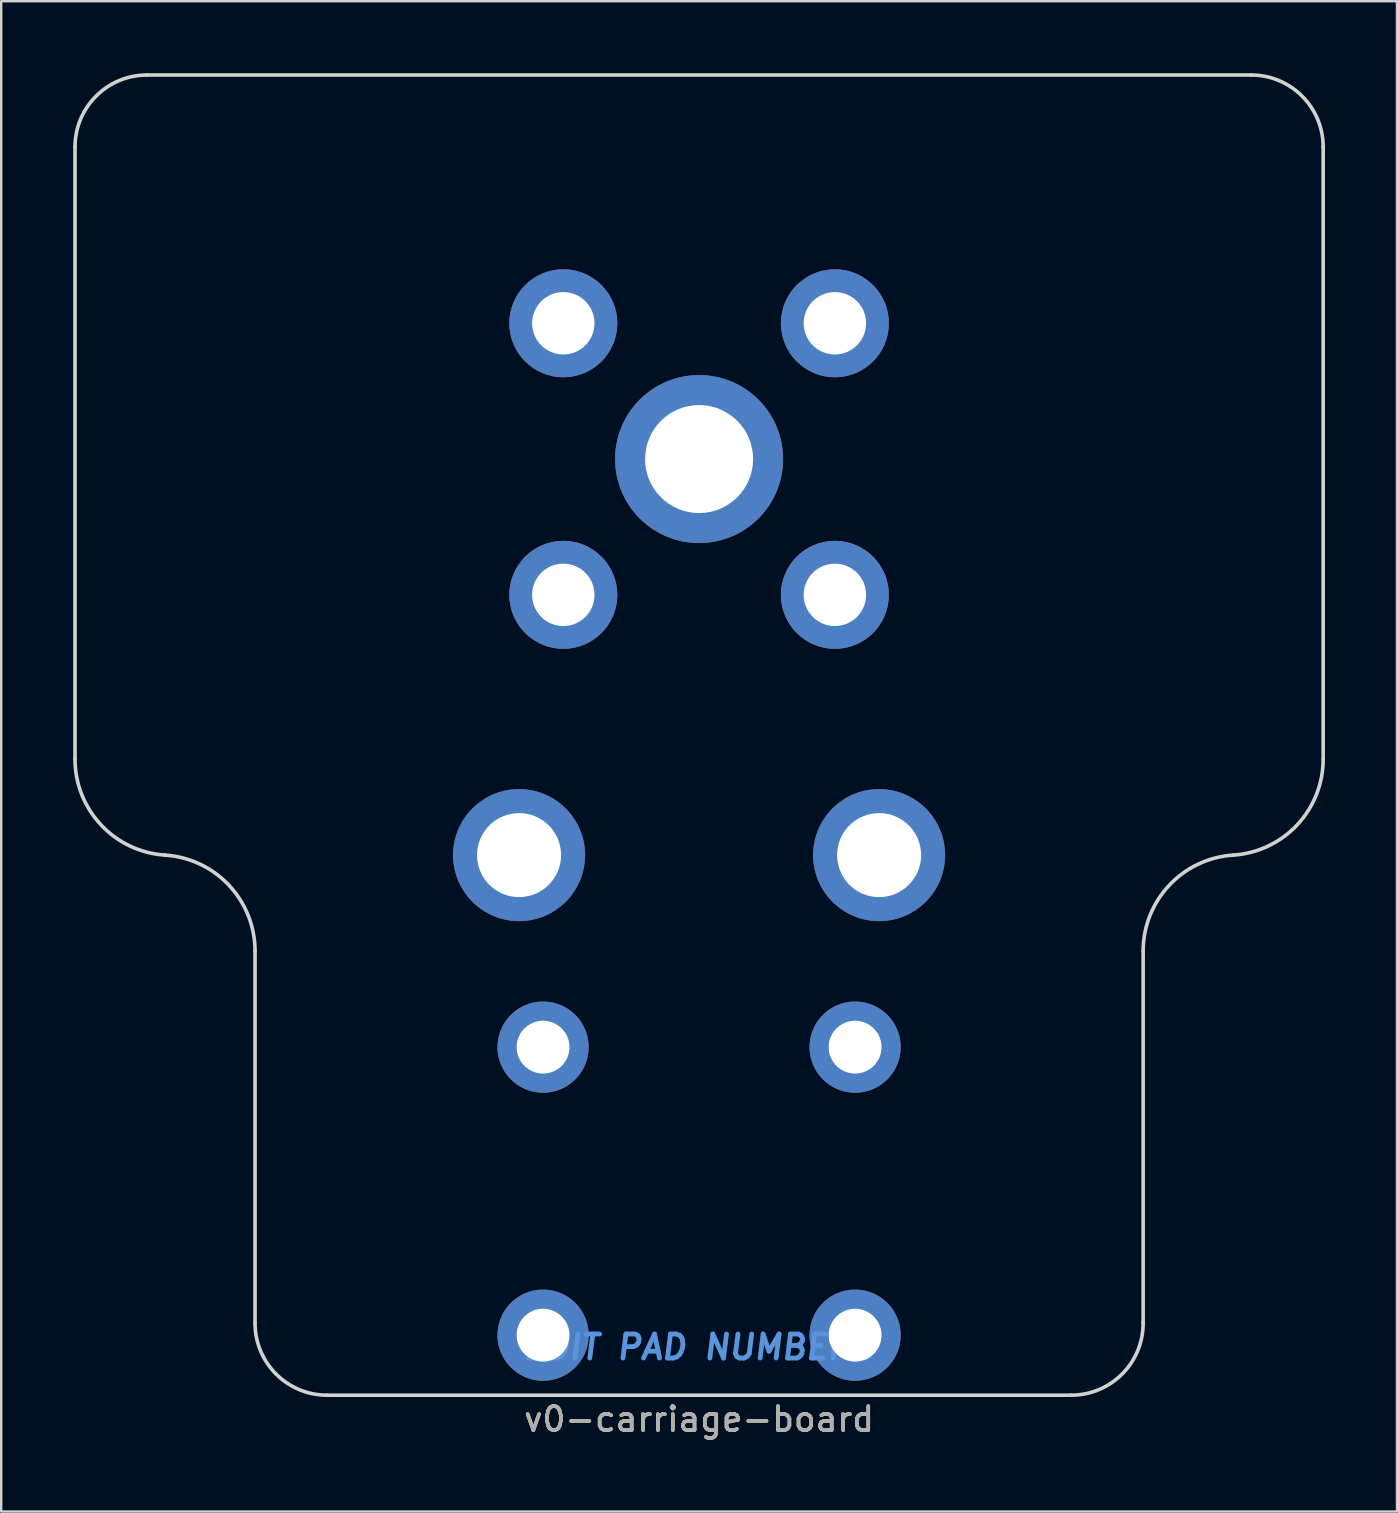
<source format=kicad_pcb>
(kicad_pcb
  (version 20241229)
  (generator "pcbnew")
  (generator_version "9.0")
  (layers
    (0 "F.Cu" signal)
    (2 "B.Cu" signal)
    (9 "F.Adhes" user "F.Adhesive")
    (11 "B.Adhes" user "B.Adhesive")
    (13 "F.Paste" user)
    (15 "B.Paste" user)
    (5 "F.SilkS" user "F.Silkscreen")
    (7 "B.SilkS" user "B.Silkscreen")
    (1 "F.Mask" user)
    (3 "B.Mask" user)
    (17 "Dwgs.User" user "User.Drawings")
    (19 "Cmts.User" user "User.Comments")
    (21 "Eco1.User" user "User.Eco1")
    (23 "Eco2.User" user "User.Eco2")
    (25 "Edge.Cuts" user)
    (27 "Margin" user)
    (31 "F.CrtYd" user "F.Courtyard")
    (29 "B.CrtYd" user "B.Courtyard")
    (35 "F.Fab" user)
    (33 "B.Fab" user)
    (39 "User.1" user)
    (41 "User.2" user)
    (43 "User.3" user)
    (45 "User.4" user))
  (footprint "v0-carriage-board"
    (layer "F.Cu")
    (at 26.075 55.075)
    (property "Reference" "v0-carriage-board" (at 0 1 0) (layer "F.SilkS") (effects (font (size 1 1) (thickness 0.15))))
    (attr through_hole)
    (fp_line (start -26 -26.5) (end -26 -52) (stroke (width 0.15) (type solid)) (layer "Edge.Cuts"))
    (fp_line (start -23 -55) (end 23 -55) (stroke (width 0.15) (type solid)) (layer "Edge.Cuts"))
    (fp_line (start -18.5 -3) (end -18.5 -18.5) (stroke (width 0.15) (type solid)) (layer "Edge.Cuts"))
    (fp_line (start 15.5 0) (end -15.5 0) (stroke (width 0.15) (type solid)) (layer "Edge.Cuts"))
    (fp_line (start 18.5 -18.5) (end 18.5 -3) (stroke (width 0.15) (type solid)) (layer "Edge.Cuts"))
    (fp_line (start 26 -52) (end 26 -26.5) (stroke (width 0.15) (type solid)) (layer "Edge.Cuts"))
    (fp_arc (start -26 -52) (mid -25.12132 -54.12132) (end -23 -55) (stroke (width 0.15) (type solid)) (layer "Edge.Cuts"))
    (fp_arc (start -22.25 -22.5) (mid -24.915895 -23.758536) (end -26 -26.5) (stroke (width 0.15) (type solid)) (layer "Edge.Cuts"))
    (fp_arc (start -22.25 -22.5) (mid -19.584105 -21.241464) (end -18.5 -18.5) (stroke (width 0.15) (type solid)) (layer "Edge.Cuts"))
    (fp_arc (start -15.5 0) (mid -17.62132 -0.87868) (end -18.5 -3) (stroke (width 0.15) (type solid)) (layer "Edge.Cuts"))
    (fp_arc (start 18.5 -18.5) (mid 19.584105 -21.241464) (end 22.25 -22.5) (stroke (width 0.15) (type solid)) (layer "Edge.Cuts"))
    (fp_arc (start 18.5 -3) (mid 17.62132 -0.87868) (end 15.5 0) (stroke (width 0.15) (type solid)) (layer "Edge.Cuts"))
    (fp_arc (start 23 -55) (mid 25.12132 -54.12132) (end 26 -52) (stroke (width 0.15) (type solid)) (layer "Edge.Cuts"))
    (fp_arc (start 26 -26.5) (mid 24.915895 -23.758536) (end 22.25 -22.5) (stroke (width 0.15) (type solid)) (layer "Edge.Cuts"))
    (fp_text user "EDIT PAD NUMBERS" (at 0 -2 0) (layer "Cmts.User") (effects (font (size 1 1) (thickness 0.2) (italic yes))))
    (fp_text user "${REFERENCE}" (at 0 1 0) (layer "F.Fab") (effects (font (size 1 1) (thickness 0.15))))
    (pad "0" thru_hole circle (at -7.5 -22.5) (size 5.5 5.5) (drill 3.5) (layers "*.Cu" "*.Mask"))
    (pad "0" thru_hole circle (at -6.5 -14.5) (size 3.8 3.8) (drill 2.2) (layers "*.Cu" "*.Mask"))
    (pad "0" thru_hole circle (at -6.5 -2.5) (size 3.8 3.8) (drill 2.2) (layers "*.Cu" "*.Mask"))
    (pad "0" thru_hole circle (at -5.657 -44.657) (size 4.5 4.5) (drill 2.6) (layers "*.Cu" "*.Mask"))
    (pad "0" thru_hole circle (at -5.657 -33.343) (size 4.5 4.5) (drill 2.6) (layers "*.Cu" "*.Mask"))
    (pad "0" thru_hole circle (at 0 -39) (size 7 7) (drill 4.5) (layers "*.Cu" "*.Mask"))
    (pad "0" thru_hole circle (at 5.657 -44.657) (size 4.5 4.5) (drill 2.6) (layers "*.Cu" "*.Mask"))
    (pad "0" thru_hole circle (at 5.657 -33.343) (size 4.5 4.5) (drill 2.6) (layers "*.Cu" "*.Mask"))
    (pad "0" thru_hole circle (at 6.5 -14.5) (size 3.8 3.8) (drill 2.2) (layers "*.Cu" "*.Mask"))
    (pad "0" thru_hole circle (at 6.5 -2.5) (size 3.8 3.8) (drill 2.2) (layers "*.Cu" "*.Mask"))
    (pad "0" thru_hole circle (at 7.5 -22.5) (size 5.5 5.5) (drill 3.5) (layers "*.Cu" "*.Mask")))
  (gr_rect
    (start -3 -3)
    (end 55.15 59.923)
    (stroke (width 0.1) (type default))
    (fill no)
    (layer "Edge.Cuts")))
</source>
